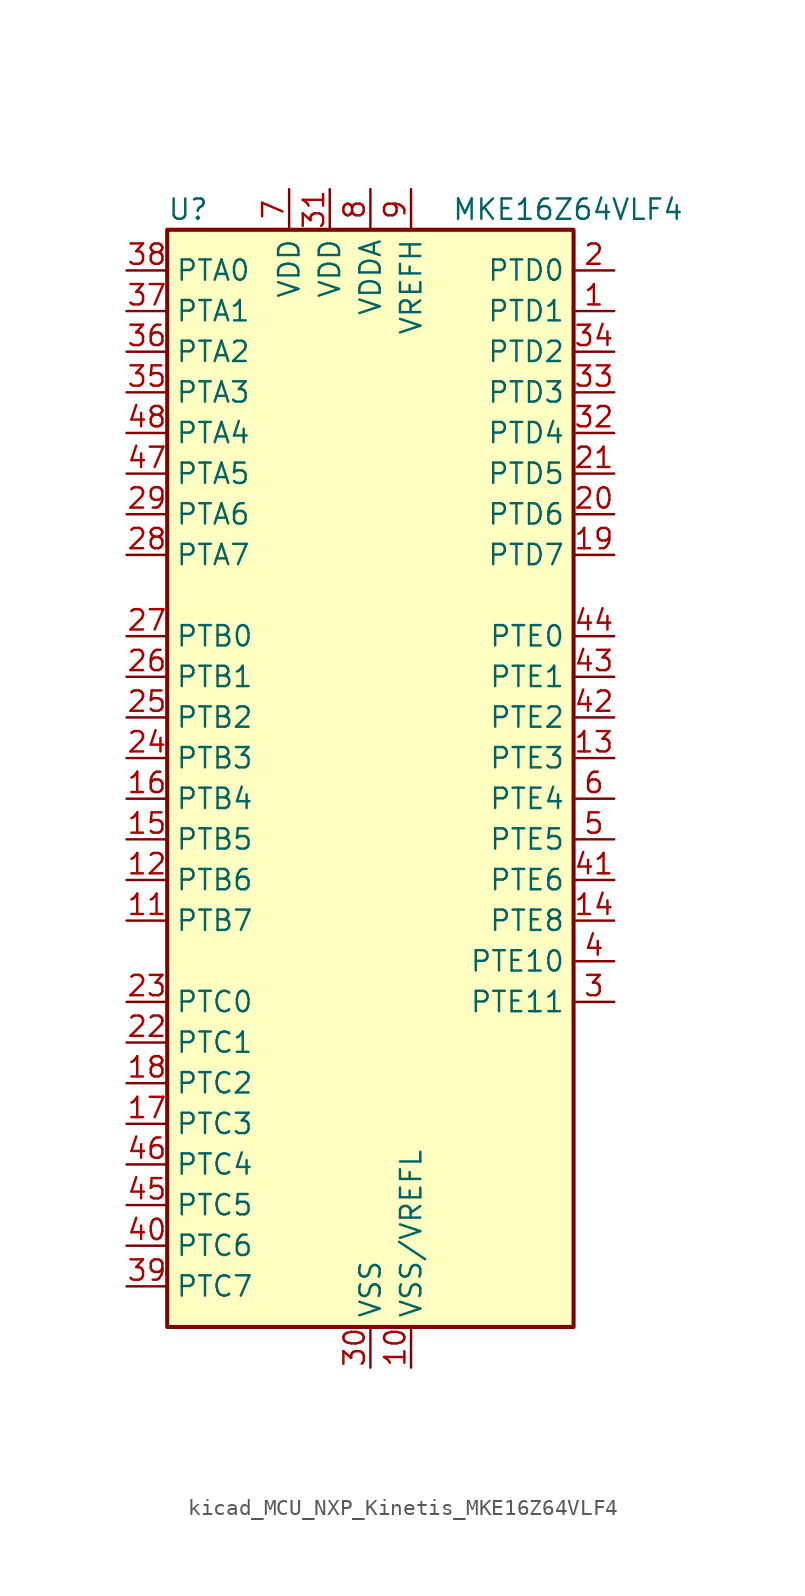
<source format=kicad_sym>
(kicad_symbol_lib
  (version 20220914)
  (generator kicad_symbol_editor)
  (symbol "kicad_MCU_NXP_Kinetis_MKE16Z64VLF4"
    (property "Reference" "U"
      (at -12.7 36.83 0)
      (effects (font (size 1.27 1.27)) (justify left)))
    (property "Value" "MKE16Z64VLF4"
      (at 5.08 36.83 0)
      (effects (font (size 1.27 1.27)) (justify left)))
    (symbol "kicad_MCU_NXP_Kinetis_MKE16Z64VLF4_0_1"
      (rectangle (start -12.7 35.56) (end 12.7 -33.02) (stroke (width 0.254) (type default)) (fill (type background))))
    (symbol "kicad_MCU_NXP_Kinetis_MKE16Z64VLF4_1_1"
      (pin bidirectional line (at 15.24 30.48 180) (length 2.54) (name "PTD1" (effects (font (size 1.27 1.27)))) (number "1" (effects (font (size 1.27 1.27)))))
      (pin power_in line (at 2.54 -35.56 90) (length 2.54) (name "VSS/VREFL" (effects (font (size 1.27 1.27)))) (number "10" (effects (font (size 1.27 1.27)))))
      (pin bidirectional line (at -15.24 -7.62 0) (length 2.54) (name "PTB7" (effects (font (size 1.27 1.27)))) (number "11" (effects (font (size 1.27 1.27)))))
      (pin bidirectional line (at -15.24 -5.08 0) (length 2.54) (name "PTB6" (effects (font (size 1.27 1.27)))) (number "12" (effects (font (size 1.27 1.27)))))
      (pin bidirectional line (at 15.24 2.54 180) (length 2.54) (name "PTE3" (effects (font (size 1.27 1.27)))) (number "13" (effects (font (size 1.27 1.27)))))
      (pin bidirectional line (at 15.24 -7.62 180) (length 2.54) (name "PTE8" (effects (font (size 1.27 1.27)))) (number "14" (effects (font (size 1.27 1.27)))))
      (pin bidirectional line (at -15.24 -2.54 0) (length 2.54) (name "PTB5" (effects (font (size 1.27 1.27)))) (number "15" (effects (font (size 1.27 1.27)))))
      (pin bidirectional line (at -15.24 0 0) (length 2.54) (name "PTB4" (effects (font (size 1.27 1.27)))) (number "16" (effects (font (size 1.27 1.27)))))
      (pin bidirectional line (at -15.24 -20.32 0) (length 2.54) (name "PTC3" (effects (font (size 1.27 1.27)))) (number "17" (effects (font (size 1.27 1.27)))))
      (pin bidirectional line (at -15.24 -17.78 0) (length 2.54) (name "PTC2" (effects (font (size 1.27 1.27)))) (number "18" (effects (font (size 1.27 1.27)))))
      (pin bidirectional line (at 15.24 15.24 180) (length 2.54) (name "PTD7" (effects (font (size 1.27 1.27)))) (number "19" (effects (font (size 1.27 1.27)))))
      (pin bidirectional line (at 15.24 33.02 180) (length 2.54) (name "PTD0" (effects (font (size 1.27 1.27)))) (number "2" (effects (font (size 1.27 1.27)))))
      (pin bidirectional line (at 15.24 17.78 180) (length 2.54) (name "PTD6" (effects (font (size 1.27 1.27)))) (number "20" (effects (font (size 1.27 1.27)))))
      (pin bidirectional line (at 15.24 20.32 180) (length 2.54) (name "PTD5" (effects (font (size 1.27 1.27)))) (number "21" (effects (font (size 1.27 1.27)))))
      (pin bidirectional line (at -15.24 -15.24 0) (length 2.54) (name "PTC1" (effects (font (size 1.27 1.27)))) (number "22" (effects (font (size 1.27 1.27)))))
      (pin bidirectional line (at -15.24 -12.7 0) (length 2.54) (name "PTC0" (effects (font (size 1.27 1.27)))) (number "23" (effects (font (size 1.27 1.27)))))
      (pin bidirectional line (at -15.24 2.54 0) (length 2.54) (name "PTB3" (effects (font (size 1.27 1.27)))) (number "24" (effects (font (size 1.27 1.27)))))
      (pin bidirectional line (at -15.24 5.08 0) (length 2.54) (name "PTB2" (effects (font (size 1.27 1.27)))) (number "25" (effects (font (size 1.27 1.27)))))
      (pin bidirectional line (at -15.24 7.62 0) (length 2.54) (name "PTB1" (effects (font (size 1.27 1.27)))) (number "26" (effects (font (size 1.27 1.27)))))
      (pin bidirectional line (at -15.24 10.16 0) (length 2.54) (name "PTB0" (effects (font (size 1.27 1.27)))) (number "27" (effects (font (size 1.27 1.27)))))
      (pin bidirectional line (at -15.24 15.24 0) (length 2.54) (name "PTA7" (effects (font (size 1.27 1.27)))) (number "28" (effects (font (size 1.27 1.27)))))
      (pin bidirectional line (at -15.24 17.78 0) (length 2.54) (name "PTA6" (effects (font (size 1.27 1.27)))) (number "29" (effects (font (size 1.27 1.27)))))
      (pin bidirectional line (at 15.24 -12.7 180) (length 2.54) (name "PTE11" (effects (font (size 1.27 1.27)))) (number "3" (effects (font (size 1.27 1.27)))))
      (pin power_in line (at 0 -35.56 90) (length 2.54) (name "VSS" (effects (font (size 1.27 1.27)))) (number "30" (effects (font (size 1.27 1.27)))))
      (pin power_in line (at -2.54 38.1 270) (length 2.54) (name "VDD" (effects (font (size 1.27 1.27)))) (number "31" (effects (font (size 1.27 1.27)))))
      (pin bidirectional line (at 15.24 22.86 180) (length 2.54) (name "PTD4" (effects (font (size 1.27 1.27)))) (number "32" (effects (font (size 1.27 1.27)))))
      (pin bidirectional line (at 15.24 25.4 180) (length 2.54) (name "PTD3" (effects (font (size 1.27 1.27)))) (number "33" (effects (font (size 1.27 1.27)))))
      (pin bidirectional line (at 15.24 27.94 180) (length 2.54) (name "PTD2" (effects (font (size 1.27 1.27)))) (number "34" (effects (font (size 1.27 1.27)))))
      (pin bidirectional line (at -15.24 25.4 0) (length 2.54) (name "PTA3" (effects (font (size 1.27 1.27)))) (number "35" (effects (font (size 1.27 1.27)))))
      (pin bidirectional line (at -15.24 27.94 0) (length 2.54) (name "PTA2" (effects (font (size 1.27 1.27)))) (number "36" (effects (font (size 1.27 1.27)))))
      (pin bidirectional line (at -15.24 30.48 0) (length 2.54) (name "PTA1" (effects (font (size 1.27 1.27)))) (number "37" (effects (font (size 1.27 1.27)))))
      (pin bidirectional line (at -15.24 33.02 0) (length 2.54) (name "PTA0" (effects (font (size 1.27 1.27)))) (number "38" (effects (font (size 1.27 1.27)))))
      (pin bidirectional line (at -15.24 -30.48 0) (length 2.54) (name "PTC7" (effects (font (size 1.27 1.27)))) (number "39" (effects (font (size 1.27 1.27)))))
      (pin bidirectional line (at 15.24 -10.16 180) (length 2.54) (name "PTE10" (effects (font (size 1.27 1.27)))) (number "4" (effects (font (size 1.27 1.27)))))
      (pin bidirectional line (at -15.24 -27.94 0) (length 2.54) (name "PTC6" (effects (font (size 1.27 1.27)))) (number "40" (effects (font (size 1.27 1.27)))))
      (pin bidirectional line (at 15.24 -5.08 180) (length 2.54) (name "PTE6" (effects (font (size 1.27 1.27)))) (number "41" (effects (font (size 1.27 1.27)))))
      (pin bidirectional line (at 15.24 5.08 180) (length 2.54) (name "PTE2" (effects (font (size 1.27 1.27)))) (number "42" (effects (font (size 1.27 1.27)))))
      (pin bidirectional line (at 15.24 7.62 180) (length 2.54) (name "PTE1" (effects (font (size 1.27 1.27)))) (number "43" (effects (font (size 1.27 1.27)))))
      (pin bidirectional line (at 15.24 10.16 180) (length 2.54) (name "PTE0" (effects (font (size 1.27 1.27)))) (number "44" (effects (font (size 1.27 1.27)))))
      (pin bidirectional line (at -15.24 -25.4 0) (length 2.54) (name "PTC5" (effects (font (size 1.27 1.27)))) (number "45" (effects (font (size 1.27 1.27)))))
      (pin bidirectional line (at -15.24 -22.86 0) (length 2.54) (name "PTC4" (effects (font (size 1.27 1.27)))) (number "46" (effects (font (size 1.27 1.27)))))
      (pin bidirectional line (at -15.24 20.32 0) (length 2.54) (name "PTA5" (effects (font (size 1.27 1.27)))) (number "47" (effects (font (size 1.27 1.27)))))
      (pin bidirectional line (at -15.24 22.86 0) (length 2.54) (name "PTA4" (effects (font (size 1.27 1.27)))) (number "48" (effects (font (size 1.27 1.27)))))
      (pin bidirectional line (at 15.24 -2.54 180) (length 2.54) (name "PTE5" (effects (font (size 1.27 1.27)))) (number "5" (effects (font (size 1.27 1.27)))))
      (pin bidirectional line (at 15.24 0 180) (length 2.54) (name "PTE4" (effects (font (size 1.27 1.27)))) (number "6" (effects (font (size 1.27 1.27)))))
      (pin power_in line (at -5.08 38.1 270) (length 2.54) (name "VDD" (effects (font (size 1.27 1.27)))) (number "7" (effects (font (size 1.27 1.27)))))
      (pin power_in line (at 0 38.1 270) (length 2.54) (name "VDDA" (effects (font (size 1.27 1.27)))) (number "8" (effects (font (size 1.27 1.27)))))
      (pin power_in line (at 2.54 38.1 270) (length 2.54) (name "VREFH" (effects (font (size 1.27 1.27)))) (number "9" (effects (font (size 1.27 1.27))))))))
</source>
